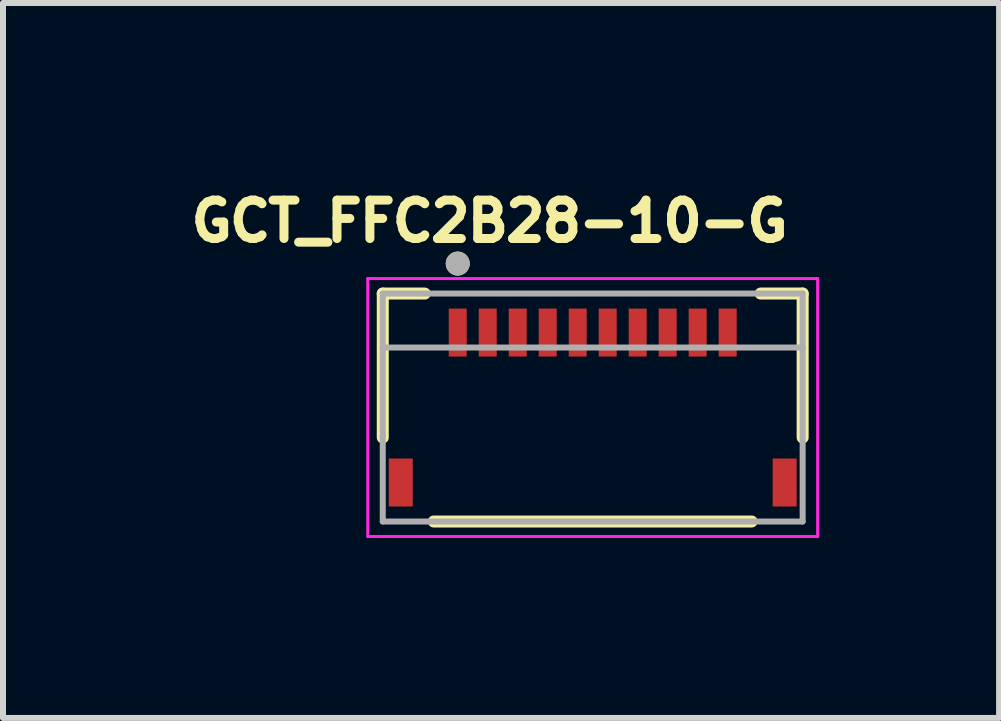
<source format=kicad_pcb>
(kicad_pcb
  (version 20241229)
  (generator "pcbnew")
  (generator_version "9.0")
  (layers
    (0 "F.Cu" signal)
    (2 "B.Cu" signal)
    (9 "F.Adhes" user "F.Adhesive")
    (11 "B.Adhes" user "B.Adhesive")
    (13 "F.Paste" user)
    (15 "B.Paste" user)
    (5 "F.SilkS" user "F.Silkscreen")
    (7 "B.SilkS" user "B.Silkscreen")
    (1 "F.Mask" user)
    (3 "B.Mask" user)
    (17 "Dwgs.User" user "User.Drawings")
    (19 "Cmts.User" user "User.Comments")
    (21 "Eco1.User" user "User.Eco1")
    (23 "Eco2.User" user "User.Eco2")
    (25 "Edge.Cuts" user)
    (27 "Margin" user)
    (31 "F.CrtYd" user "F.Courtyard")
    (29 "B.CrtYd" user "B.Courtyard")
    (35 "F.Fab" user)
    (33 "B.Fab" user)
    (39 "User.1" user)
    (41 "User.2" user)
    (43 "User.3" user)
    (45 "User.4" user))
  (footprint "GCT_FFC2B28-10-G"
    (layer "F.Cu")
    (at 6.831 3.744)
    (property "Reference" "GCT_FFC2B28-10-G" (at -1.718 -3.106 0) (layer "F.SilkS") (effects (font (size 0.64 0.64) (thickness 0.15))))
    (attr smd)
    (fp_line (start -3.5 -1.9) (end -2.8 -1.9) (stroke (width 0.2) (type solid)) (layer "F.SilkS"))
    (fp_line (start -3.5 0.5) (end -3.5 -1.9) (stroke (width 0.2) (type solid)) (layer "F.SilkS"))
    (fp_line (start -2.65 1.9) (end 2.65 1.9) (stroke (width 0.2) (type solid)) (layer "F.SilkS"))
    (fp_line (start 2.8 -1.9) (end 3.5 -1.9) (stroke (width 0.2) (type solid)) (layer "F.SilkS"))
    (fp_line (start 3.5 -1.9) (end 3.5 0.5) (stroke (width 0.2) (type solid)) (layer "F.SilkS"))
    (fp_circle (center -2.25 -2.4) (end -2.15 -2.4) (stroke (width 0.2) (type solid)) (fill no) (layer "F.SilkS"))
    (fp_line (start -3.75 -2.15) (end -3.75 2.15) (stroke (width 0.05) (type solid)) (layer "F.CrtYd"))
    (fp_line (start -3.75 2.15) (end 3.75 2.15) (stroke (width 0.05) (type solid)) (layer "F.CrtYd"))
    (fp_line (start 3.75 -2.15) (end -3.75 -2.15) (stroke (width 0.05) (type solid)) (layer "F.CrtYd"))
    (fp_line (start 3.75 2.15) (end 3.75 -2.15) (stroke (width 0.05) (type solid)) (layer "F.CrtYd"))
    (fp_line (start -3.5 -1.9) (end 3.5 -1.9) (stroke (width 0.1) (type solid)) (layer "F.Fab"))
    (fp_line (start -3.5 -1) (end -3.5 -1.9) (stroke (width 0.1) (type solid)) (layer "F.Fab"))
    (fp_line (start -3.5 -1) (end 3.5 -1) (stroke (width 0.1) (type solid)) (layer "F.Fab"))
    (fp_line (start -3.5 1.9) (end -3.5 -1) (stroke (width 0.1) (type solid)) (layer "F.Fab"))
    (fp_line (start 3.5 -1.9) (end 3.5 -1) (stroke (width 0.1) (type solid)) (layer "F.Fab"))
    (fp_line (start 3.5 -1) (end 3.5 1.9) (stroke (width 0.1) (type solid)) (layer "F.Fab"))
    (fp_line (start 3.5 1.9) (end -3.5 1.9) (stroke (width 0.1) (type solid)) (layer "F.Fab"))
    (fp_circle (center -2.25 -2.4) (end -2.15 -2.4) (stroke (width 0.2) (type solid)) (fill no) (layer "F.Fab"))
    (pad "1" smd rect (at -2.25 -1.25) (size 0.3 0.8) (layers "F.Cu" "F.Mask" "F.Paste"))
    (pad "2" smd rect (at -1.75 -1.25) (size 0.3 0.8) (layers "F.Cu" "F.Mask" "F.Paste"))
    (pad "3" smd rect (at -1.25 -1.25) (size 0.3 0.8) (layers "F.Cu" "F.Mask" "F.Paste"))
    (pad "4" smd rect (at -0.75 -1.25) (size 0.3 0.8) (layers "F.Cu" "F.Mask" "F.Paste"))
    (pad "5" smd rect (at -0.25 -1.25) (size 0.3 0.8) (layers "F.Cu" "F.Mask" "F.Paste"))
    (pad "6" smd rect (at 0.25 -1.25) (size 0.3 0.8) (layers "F.Cu" "F.Mask" "F.Paste"))
    (pad "7" smd rect (at 0.75 -1.25) (size 0.3 0.8) (layers "F.Cu" "F.Mask" "F.Paste"))
    (pad "8" smd rect (at 1.25 -1.25) (size 0.3 0.8) (layers "F.Cu" "F.Mask" "F.Paste"))
    (pad "9" smd rect (at 1.75 -1.25) (size 0.3 0.8) (layers "F.Cu" "F.Mask" "F.Paste"))
    (pad "10" smd rect (at 2.25 -1.25) (size 0.3 0.8) (layers "F.Cu" "F.Mask" "F.Paste"))
    (pad "S1" smd rect (at -3.2 1.25) (size 0.4 0.8) (layers "F.Cu" "F.Mask" "F.Paste"))
    (pad "S2" smd rect (at 3.2 1.25) (size 0.4 0.8) (layers "F.Cu" "F.Mask" "F.Paste")))
  (gr_rect
    (start -3 -3)
    (end 13.606 8.919)
    (stroke (width 0.1) (type default))
    (fill no)
    (layer "Edge.Cuts")))
</source>
